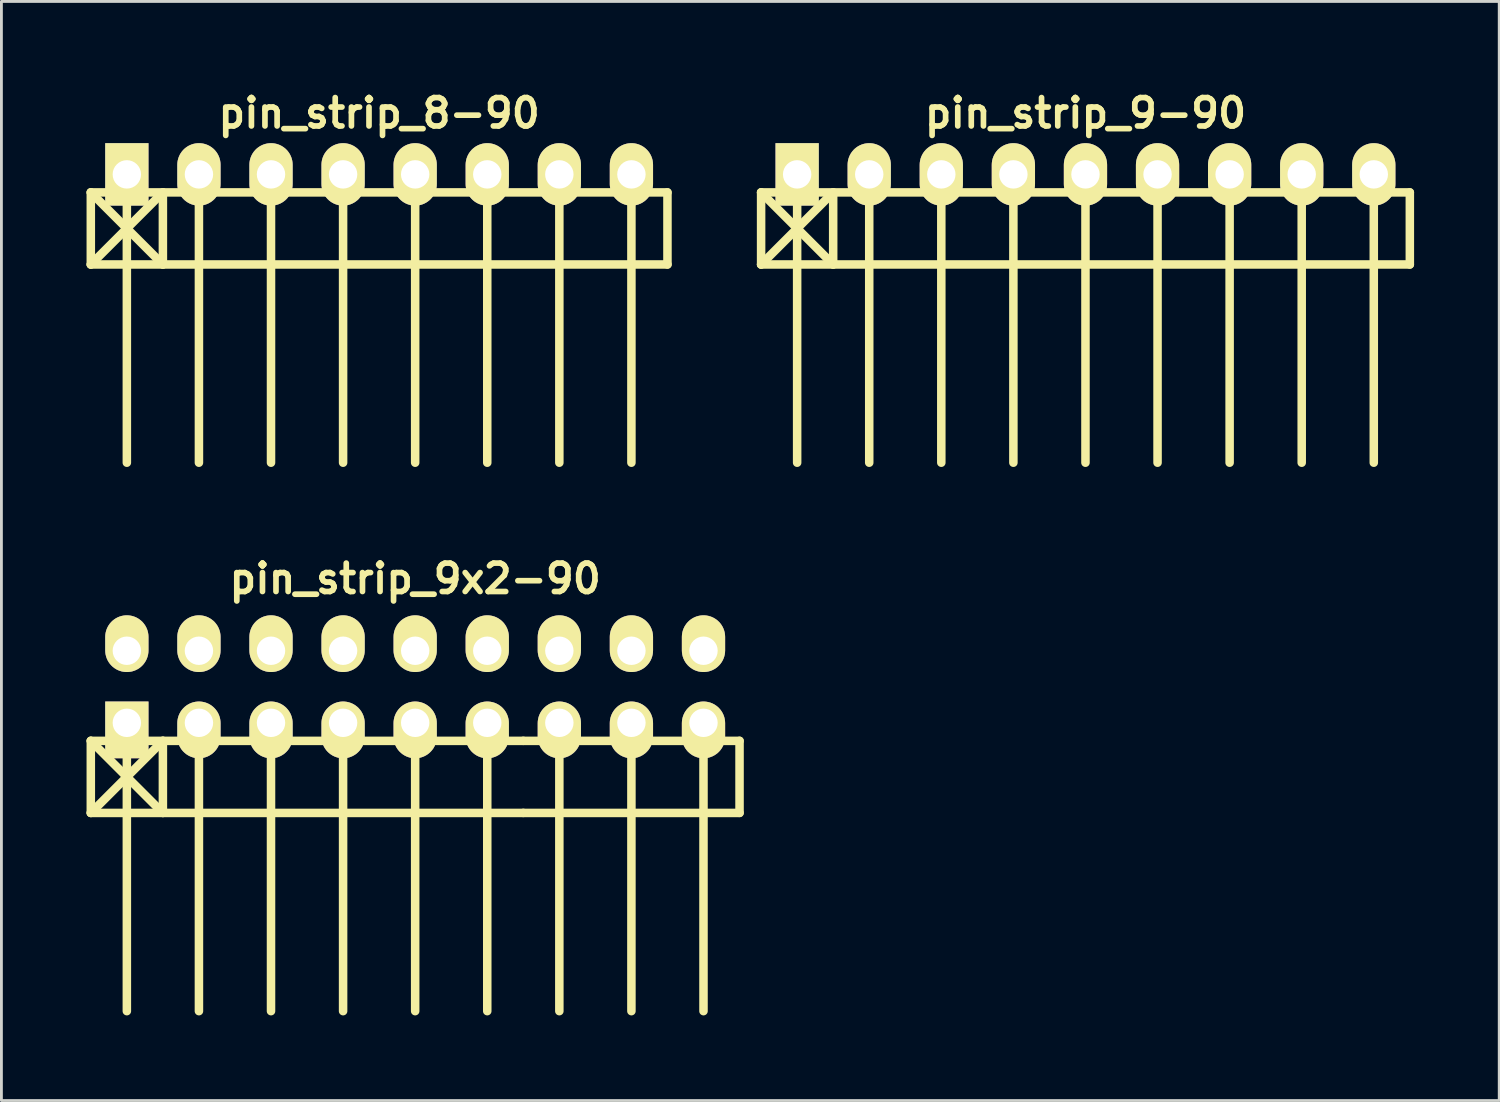
<source format=kicad_pcb>
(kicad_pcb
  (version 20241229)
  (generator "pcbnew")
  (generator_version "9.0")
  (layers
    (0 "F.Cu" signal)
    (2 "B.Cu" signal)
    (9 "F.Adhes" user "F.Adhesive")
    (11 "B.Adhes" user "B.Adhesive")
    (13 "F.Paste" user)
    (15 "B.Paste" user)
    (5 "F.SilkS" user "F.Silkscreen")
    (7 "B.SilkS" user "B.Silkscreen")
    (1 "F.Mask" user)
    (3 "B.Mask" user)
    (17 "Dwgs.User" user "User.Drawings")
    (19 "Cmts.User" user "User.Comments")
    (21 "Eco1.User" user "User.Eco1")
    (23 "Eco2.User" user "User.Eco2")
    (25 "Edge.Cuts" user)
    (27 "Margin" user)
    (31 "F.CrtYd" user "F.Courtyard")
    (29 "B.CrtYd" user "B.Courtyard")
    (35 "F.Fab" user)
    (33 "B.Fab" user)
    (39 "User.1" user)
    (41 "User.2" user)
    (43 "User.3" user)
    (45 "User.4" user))
  (footprint "pin_strip_9-90"
    (layer "F.Cu")
    (at 35.2 3.095)
    (property "Reference" "pin_strip_9-90" (at 0 -2.159 0) (layer "F.SilkS") (effects (font (size 1 1) (thickness 0.2))))
    (attr through_hole)
    (fp_line (start -11.43 0.635) (end -8.89 3.175) (stroke (width 0.3) (type solid)) (layer "F.SilkS"))
    (fp_line (start -11.43 0.635) (end 11.43 0.635) (stroke (width 0.3) (type solid)) (layer "F.SilkS"))
    (fp_line (start -11.43 3.175) (end -11.43 0.635) (stroke (width 0.3) (type solid)) (layer "F.SilkS"))
    (fp_line (start -10.16 0) (end -10.16 10.16) (stroke (width 0.3) (type solid)) (layer "F.SilkS"))
    (fp_line (start -8.89 0.635) (end -11.43 3.175) (stroke (width 0.3) (type solid)) (layer "F.SilkS"))
    (fp_line (start -8.89 0.635) (end -8.89 3.175) (stroke (width 0.3) (type solid)) (layer "F.SilkS"))
    (fp_line (start -7.62 0) (end -7.62 10.16) (stroke (width 0.3) (type solid)) (layer "F.SilkS"))
    (fp_line (start -5.08 10.16) (end -5.08 0) (stroke (width 0.3) (type solid)) (layer "F.SilkS"))
    (fp_line (start -2.54 0) (end -2.54 10.16) (stroke (width 0.3) (type solid)) (layer "F.SilkS"))
    (fp_line (start 0 0) (end 0 10.16) (stroke (width 0.3) (type solid)) (layer "F.SilkS"))
    (fp_line (start 2.54 0) (end 2.54 10.16) (stroke (width 0.3) (type solid)) (layer "F.SilkS"))
    (fp_line (start 5.08 0) (end 5.08 10.16) (stroke (width 0.3) (type solid)) (layer "F.SilkS"))
    (fp_line (start 7.62 0) (end 7.62 10.16) (stroke (width 0.3) (type solid)) (layer "F.SilkS"))
    (fp_line (start 10.16 0) (end 10.16 10.16) (stroke (width 0.3) (type solid)) (layer "F.SilkS"))
    (fp_line (start 11.43 0.635) (end 11.43 3.175) (stroke (width 0.3) (type solid)) (layer "F.SilkS"))
    (fp_line (start 11.43 3.175) (end -11.43 3.175) (stroke (width 0.3) (type solid)) (layer "F.SilkS"))
    (pad "1" thru_hole rect (at -10.16 0) (size 1.524 2.2) (drill 1.001) (layers "*.Cu" "*.Mask" "F.SilkS"))
    (pad "2" thru_hole oval (at -7.62 0) (size 1.524 2.2) (drill 1.001) (layers "*.Cu" "*.Mask" "F.SilkS"))
    (pad "3" thru_hole oval (at -5.08 0) (size 1.524 2.2) (drill 1.001) (layers "*.Cu" "*.Mask" "F.SilkS"))
    (pad "4" thru_hole oval (at -2.54 0) (size 1.524 2.2) (drill 1.001) (layers "*.Cu" "*.Mask" "F.SilkS"))
    (pad "5" thru_hole oval (at 0 0) (size 1.524 2.2) (drill 1.001) (layers "*.Cu" "*.Mask" "F.SilkS"))
    (pad "6" thru_hole oval (at 2.54 0) (size 1.524 2.2) (drill 1.001) (layers "*.Cu" "*.Mask" "F.SilkS"))
    (pad "7" thru_hole oval (at 5.08 0) (size 1.524 2.2) (drill 1.001) (layers "*.Cu" "*.Mask" "F.SilkS"))
    (pad "8" thru_hole oval (at 7.62 0) (size 1.524 2.2) (drill 1.001) (layers "*.Cu" "*.Mask" "F.SilkS"))
    (pad "9" thru_hole oval (at 10.16 0) (size 1.524 2.2) (drill 1.001) (layers "*.Cu" "*.Mask" "F.SilkS")))
  (footprint "pin_strip_8-90"
    (layer "F.Cu")
    (at 10.31 3.095)
    (property "Reference" "pin_strip_8-90" (at 0 -2.159 0) (layer "F.SilkS") (effects (font (size 1 1) (thickness 0.2))))
    (attr through_hole)
    (fp_line (start -10.16 0.635) (end -7.62 3.175) (stroke (width 0.3) (type solid)) (layer "F.SilkS"))
    (fp_line (start -10.16 0.635) (end 10.16 0.635) (stroke (width 0.3) (type solid)) (layer "F.SilkS"))
    (fp_line (start -10.16 3.175) (end -10.16 0.635) (stroke (width 0.3) (type solid)) (layer "F.SilkS"))
    (fp_line (start -8.89 0) (end -8.89 10.16) (stroke (width 0.3) (type solid)) (layer "F.SilkS"))
    (fp_line (start -7.62 0.635) (end -10.16 3.175) (stroke (width 0.3) (type solid)) (layer "F.SilkS"))
    (fp_line (start -7.62 0.635) (end -7.62 3.175) (stroke (width 0.3) (type solid)) (layer "F.SilkS"))
    (fp_line (start -6.35 0) (end -6.35 10.16) (stroke (width 0.3) (type solid)) (layer "F.SilkS"))
    (fp_line (start -3.81 10.16) (end -3.81 0) (stroke (width 0.3) (type solid)) (layer "F.SilkS"))
    (fp_line (start -1.27 0) (end -1.27 10.16) (stroke (width 0.3) (type solid)) (layer "F.SilkS"))
    (fp_line (start 1.27 0) (end 1.27 10.16) (stroke (width 0.3) (type solid)) (layer "F.SilkS"))
    (fp_line (start 3.81 0) (end 3.81 10.16) (stroke (width 0.3) (type solid)) (layer "F.SilkS"))
    (fp_line (start 6.35 0) (end 6.35 10.16) (stroke (width 0.3) (type solid)) (layer "F.SilkS"))
    (fp_line (start 8.89 0) (end 8.89 10.16) (stroke (width 0.3) (type solid)) (layer "F.SilkS"))
    (fp_line (start 10.16 0.635) (end 10.16 3.175) (stroke (width 0.3) (type solid)) (layer "F.SilkS"))
    (fp_line (start 10.16 3.175) (end -10.16 3.175) (stroke (width 0.3) (type solid)) (layer "F.SilkS"))
    (pad "1" thru_hole rect (at -8.89 0) (size 1.524 2.2) (drill 1.001) (layers "*.Cu" "*.Mask" "F.SilkS"))
    (pad "2" thru_hole oval (at -6.35 0) (size 1.524 2.2) (drill 1.001) (layers "*.Cu" "*.Mask" "F.SilkS"))
    (pad "3" thru_hole oval (at -3.81 0) (size 1.524 2.2) (drill 1.001) (layers "*.Cu" "*.Mask" "F.SilkS"))
    (pad "4" thru_hole oval (at -1.27 0) (size 1.524 2.2) (drill 1.001) (layers "*.Cu" "*.Mask" "F.SilkS"))
    (pad "5" thru_hole oval (at 1.27 0) (size 1.524 2.2) (drill 1.001) (layers "*.Cu" "*.Mask" "F.SilkS"))
    (pad "6" thru_hole oval (at 3.81 0) (size 1.524 2.2) (drill 1.001) (layers "*.Cu" "*.Mask" "F.SilkS"))
    (pad "7" thru_hole oval (at 6.35 0) (size 1.524 2.2) (drill 1.001) (layers "*.Cu" "*.Mask" "F.SilkS"))
    (pad "8" thru_hole oval (at 8.89 0) (size 1.524 2.2) (drill 1.001) (layers "*.Cu" "*.Mask" "F.SilkS")))
  (footprint "pin_strip_9x2-90"
    (layer "F.Cu")
    (at 11.58 21.151)
    (property "Reference" "pin_strip_9x2-90" (at 0 -3.81 0) (layer "F.SilkS") (effects (font (size 1 1) (thickness 0.2))))
    (attr through_hole)
    (fp_line (start -11.43 1.905) (end -8.89 4.445) (stroke (width 0.3) (type solid)) (layer "F.SilkS"))
    (fp_line (start -11.43 1.905) (end 3.81 1.905) (stroke (width 0.3) (type solid)) (layer "F.SilkS"))
    (fp_line (start -11.43 4.445) (end -11.43 1.905) (stroke (width 0.3) (type solid)) (layer "F.SilkS"))
    (fp_line (start -10.16 1.27) (end -10.16 11.43) (stroke (width 0.3) (type solid)) (layer "F.SilkS"))
    (fp_line (start -8.89 1.905) (end -11.43 4.445) (stroke (width 0.3) (type solid)) (layer "F.SilkS"))
    (fp_line (start -8.89 4.445) (end -8.89 1.905) (stroke (width 0.3) (type solid)) (layer "F.SilkS"))
    (fp_line (start -7.62 1.27) (end -7.62 11.43) (stroke (width 0.3) (type solid)) (layer "F.SilkS"))
    (fp_line (start -5.08 11.43) (end -5.08 1.27) (stroke (width 0.3) (type solid)) (layer "F.SilkS"))
    (fp_line (start -2.54 1.27) (end -2.54 11.43) (stroke (width 0.3) (type solid)) (layer "F.SilkS"))
    (fp_line (start 0 1.27) (end 0 11.43) (stroke (width 0.3) (type solid)) (layer "F.SilkS"))
    (fp_line (start 2.54 1.27) (end 2.54 11.43) (stroke (width 0.3) (type solid)) (layer "F.SilkS"))
    (fp_line (start 3.81 1.905) (end 11.43 1.905) (stroke (width 0.3) (type solid)) (layer "F.SilkS"))
    (fp_line (start 3.81 4.445) (end -11.43 4.445) (stroke (width 0.3) (type solid)) (layer "F.SilkS"))
    (fp_line (start 5.08 1.27) (end 5.08 11.43) (stroke (width 0.3) (type solid)) (layer "F.SilkS"))
    (fp_line (start 7.62 1.27) (end 7.62 11.43) (stroke (width 0.3) (type solid)) (layer "F.SilkS"))
    (fp_line (start 10.16 1.27) (end 10.16 11.43) (stroke (width 0.3) (type solid)) (layer "F.SilkS"))
    (fp_line (start 11.43 1.905) (end 11.43 4.445) (stroke (width 0.3) (type solid)) (layer "F.SilkS"))
    (fp_line (start 11.43 4.445) (end 3.81 4.445) (stroke (width 0.3) (type solid)) (layer "F.SilkS"))
    (pad "1" thru_hole rect (at -10.16 1.27) (size 1.524 1.999) (drill 1.001 (offset 0 0.249)) (layers "*.Cu" "*.Mask" "F.SilkS"))
    (pad "2" thru_hole oval (at -10.16 -1.27) (size 1.524 1.999) (drill 1.001 (offset 0 -0.249)) (layers "*.Cu" "*.Mask" "F.SilkS"))
    (pad "3" thru_hole oval (at -7.62 1.27) (size 1.524 1.999) (drill 1.001 (offset 0 0.249)) (layers "*.Cu" "*.Mask" "F.SilkS"))
    (pad "4" thru_hole oval (at -7.62 -1.27) (size 1.524 1.999) (drill 1.001 (offset 0 -0.249)) (layers "*.Cu" "*.Mask" "F.SilkS"))
    (pad "5" thru_hole oval (at -5.08 1.27) (size 1.524 1.999) (drill 1.001 (offset 0 0.249)) (layers "*.Cu" "*.Mask" "F.SilkS"))
    (pad "6" thru_hole oval (at -5.08 -1.27) (size 1.524 1.999) (drill 1.001 (offset 0 -0.249)) (layers "*.Cu" "*.Mask" "F.SilkS"))
    (pad "7" thru_hole oval (at -2.54 1.27) (size 1.524 1.999) (drill 1.001 (offset 0 0.249)) (layers "*.Cu" "*.Mask" "F.SilkS"))
    (pad "8" thru_hole oval (at -2.54 -1.27) (size 1.524 1.999) (drill 1.001 (offset 0 -0.249)) (layers "*.Cu" "*.Mask" "F.SilkS"))
    (pad "9" thru_hole oval (at 0 1.27) (size 1.524 1.999) (drill 1.001 (offset 0 0.249)) (layers "*.Cu" "*.Mask" "F.SilkS"))
    (pad "10" thru_hole oval (at 0 -1.27) (size 1.524 1.999) (drill 1.001 (offset 0 -0.249)) (layers "*.Cu" "*.Mask" "F.SilkS"))
    (pad "11" thru_hole oval (at 2.54 1.27) (size 1.524 1.999) (drill 1.001 (offset 0 0.249)) (layers "*.Cu" "*.Mask" "F.SilkS"))
    (pad "12" thru_hole oval (at 2.54 -1.27) (size 1.524 1.999) (drill 1.001 (offset 0 -0.249)) (layers "*.Cu" "*.Mask" "F.SilkS"))
    (pad "13" thru_hole oval (at 5.08 1.27) (size 1.524 1.999) (drill 1.001 (offset 0 0.249)) (layers "*.Cu" "*.Mask" "F.SilkS"))
    (pad "14" thru_hole oval (at 5.08 -1.27) (size 1.524 1.999) (drill 1.001 (offset 0 -0.249)) (layers "*.Cu" "*.Mask" "F.SilkS"))
    (pad "15" thru_hole oval (at 7.62 1.27) (size 1.524 1.999) (drill 1.001 (offset 0 0.249)) (layers "*.Cu" "*.Mask" "F.SilkS"))
    (pad "16" thru_hole oval (at 7.62 -1.27) (size 1.524 1.999) (drill 1.001 (offset 0 -0.249)) (layers "*.Cu" "*.Mask" "F.SilkS"))
    (pad "17" thru_hole oval (at 10.16 1.27) (size 1.524 1.999) (drill 1.001 (offset 0 0.249)) (layers "*.Cu" "*.Mask" "F.SilkS"))
    (pad "18" thru_hole oval (at 10.16 -1.27) (size 1.524 1.999) (drill 1.001 (offset 0 -0.249)) (layers "*.Cu" "*.Mask" "F.SilkS")))
  (gr_rect
    (start -3 -3)
    (end 49.78 35.731)
    (stroke (width 0.1) (type default))
    (fill no)
    (layer "Edge.Cuts")))
</source>
